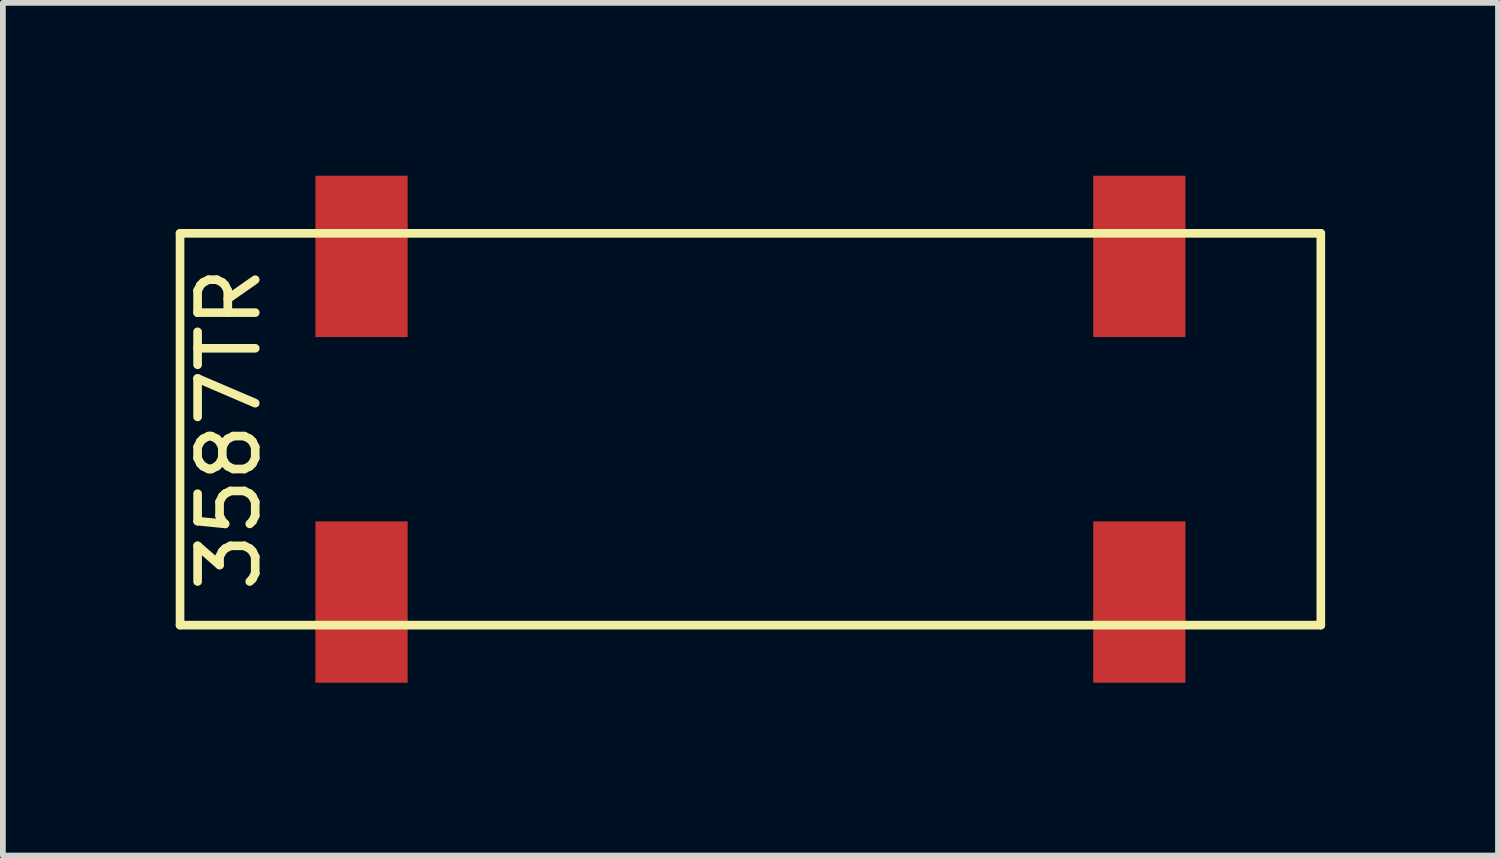
<source format=kicad_pcb>
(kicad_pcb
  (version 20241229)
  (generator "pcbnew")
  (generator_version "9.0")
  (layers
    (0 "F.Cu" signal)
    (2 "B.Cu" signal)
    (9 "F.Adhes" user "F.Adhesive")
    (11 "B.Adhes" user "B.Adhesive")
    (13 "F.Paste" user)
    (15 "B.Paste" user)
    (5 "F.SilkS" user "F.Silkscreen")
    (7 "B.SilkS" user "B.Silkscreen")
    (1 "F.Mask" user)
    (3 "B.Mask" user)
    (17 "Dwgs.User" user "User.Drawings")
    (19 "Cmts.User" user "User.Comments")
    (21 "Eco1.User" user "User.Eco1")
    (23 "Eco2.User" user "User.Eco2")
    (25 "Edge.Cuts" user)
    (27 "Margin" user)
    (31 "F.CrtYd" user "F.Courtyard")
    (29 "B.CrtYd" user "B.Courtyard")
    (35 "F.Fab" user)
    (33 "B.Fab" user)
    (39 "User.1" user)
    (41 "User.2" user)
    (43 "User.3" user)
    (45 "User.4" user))
  (footprint "3587TR"
    (layer "F.Cu")
    (at 9.975 4.4)
    (property "Reference" "3587TR" (at -9.05 0 90) (layer "F.SilkS") (effects (font (size 1 1) (thickness 0.15))))
    (attr smd)
    (fp_line (start -9.9 -3.4) (end 9.9 -3.4) (stroke (width 0.15) (type solid)) (layer "F.SilkS"))
    (fp_line (start -9.9 3.4) (end -9.9 -3.4) (stroke (width 0.15) (type solid)) (layer "F.SilkS"))
    (fp_line (start 9.9 -3.4) (end 9.9 3.4) (stroke (width 0.15) (type solid)) (layer "F.SilkS"))
    (fp_line (start 9.9 3.4) (end -9.9 3.4) (stroke (width 0.15) (type solid)) (layer "F.SilkS"))
    (pad "1" smd rect (at -6.75 -3) (size 1.6 2.8) (layers "F.Cu" "F.Mask" "F.Paste"))
    (pad "1" smd rect (at -6.75 3) (size 1.6 2.8) (layers "F.Cu" "F.Mask" "F.Paste"))
    (pad "2" smd rect (at 6.75 -3) (size 1.6 2.8) (layers "F.Cu" "F.Mask" "F.Paste"))
    (pad "2" smd rect (at 6.75 3) (size 1.6 2.8) (layers "F.Cu" "F.Mask" "F.Paste")))
  (gr_rect
    (start -3 -3)
    (end 22.95 11.8)
    (stroke (width 0.1) (type default))
    (fill no)
    (layer "Edge.Cuts")))
</source>
